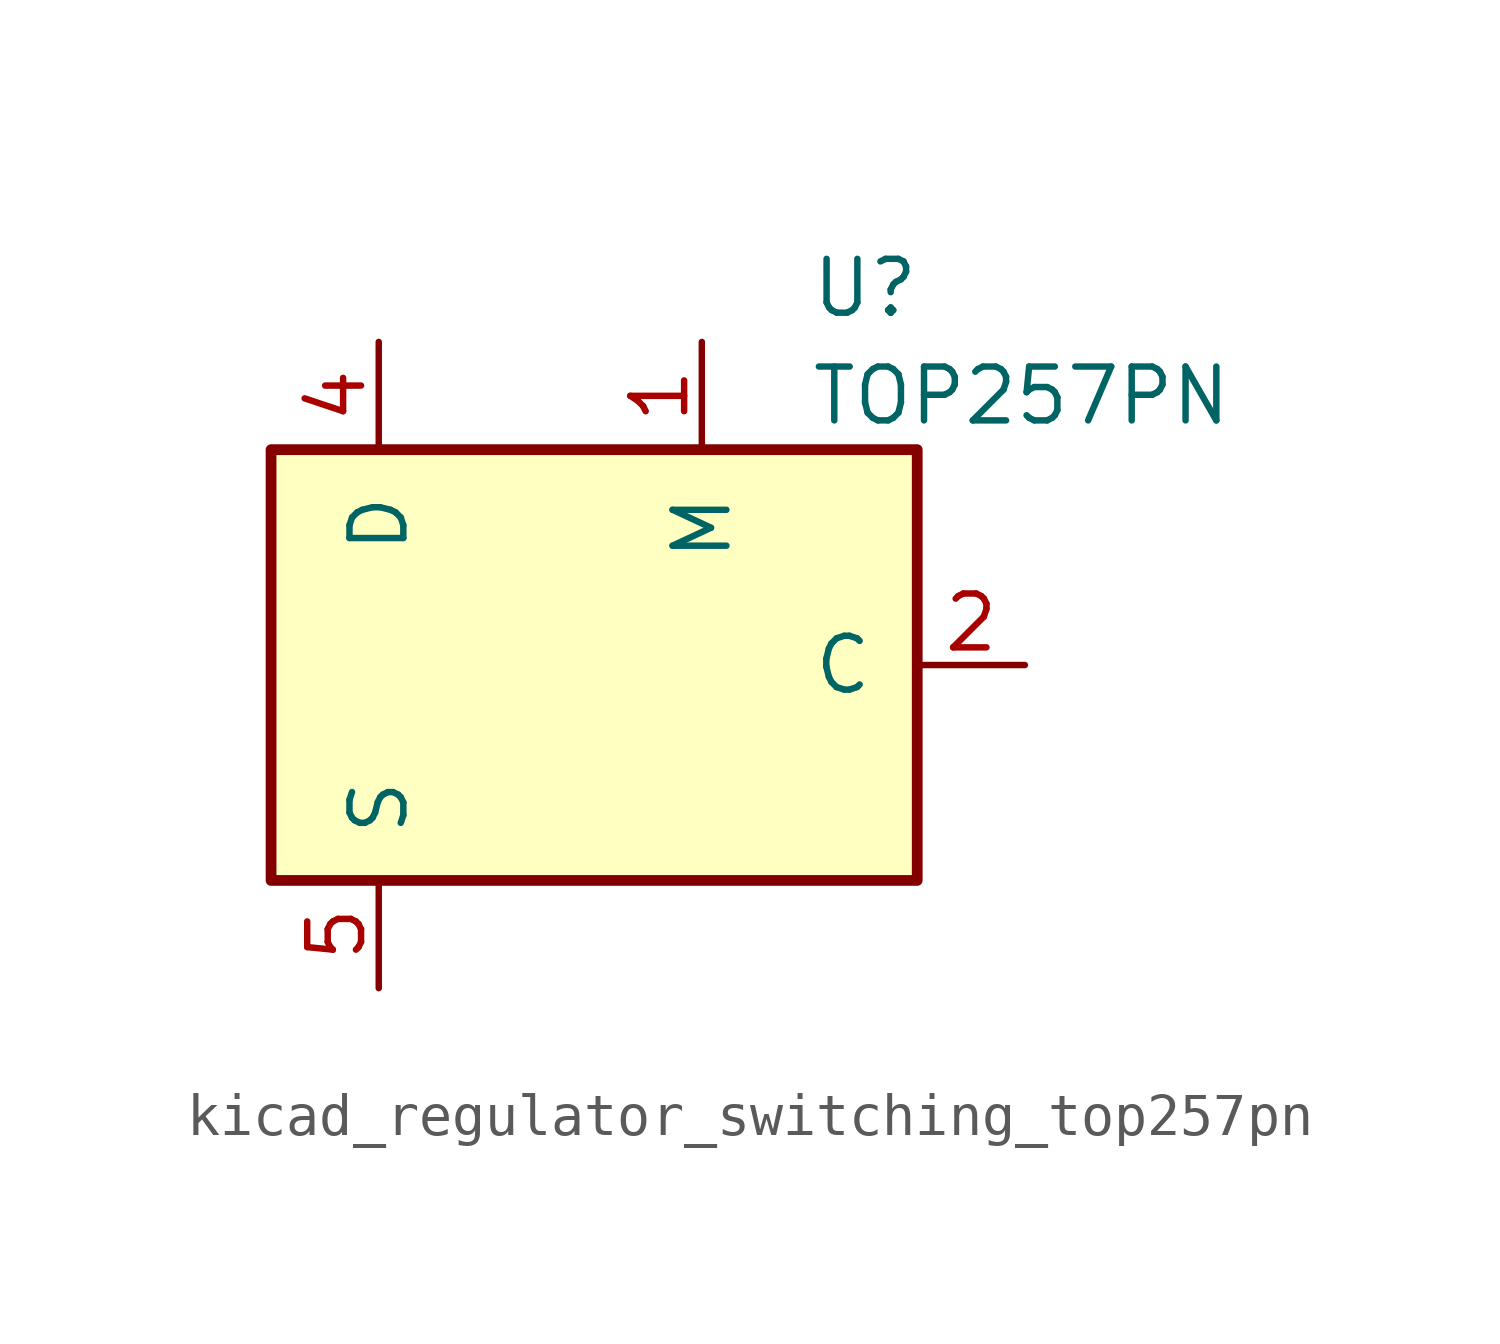
<source format=kicad_sym>
(kicad_symbol_lib
  (version 20220914)
  (generator kicad_symbol_editor)
  (symbol "kicad_regulator_switching_top257pn"
    (pin_names
      (offset 1.016))
    (property "Reference" "U"
      (at 5.08 8.89 0)
      (effects (font (size 1.27 1.27)) (justify left)))
    (property "Value" "TOP257PN"
      (at 5.08 6.35 0)
      (effects (font (size 1.27 1.27)) (justify left)))
    (symbol "kicad_regulator_switching_top257pn_0_1"
      (rectangle (start -7.62 5.08) (end 7.62 -5.08) (stroke (width 0.254) (type default)) (fill (type background))))
    (symbol "kicad_regulator_switching_top257pn_1_1"
      (pin input line (at 2.54 7.62 270) (length 2.54) (name "M" (effects (font (size 1.27 1.27)))) (number "1" (effects (font (size 1.27 1.27)))))
      (pin input line (at 10.16 0 180) (length 2.54) (name "C" (effects (font (size 1.27 1.27)))) (number "2" (effects (font (size 1.27 1.27)))))
      (pin open_collector line (at -5.08 7.62 270) (length 2.54) (name "D" (effects (font (size 1.27 1.27)))) (number "4" (effects (font (size 1.27 1.27)))))
      (pin power_in line (at -5.08 -7.62 90) (length 2.54) (name "S" (effects (font (size 1.27 1.27)))) (number "5" (effects (font (size 1.27 1.27)))))
      (pin passive line (at -5.08 -7.62 90) (length 2.54) hide (name "S" (effects (font (size 1.27 1.27)))) (number "6" (effects (font (size 1.27 1.27)))))
      (pin passive line (at -5.08 -7.62 90) (length 2.54) hide (name "S" (effects (font (size 1.27 1.27)))) (number "7" (effects (font (size 1.27 1.27)))))
      (pin passive line (at -5.08 -7.62 90) (length 2.54) hide (name "S" (effects (font (size 1.27 1.27)))) (number "8" (effects (font (size 1.27 1.27))))))))
</source>
